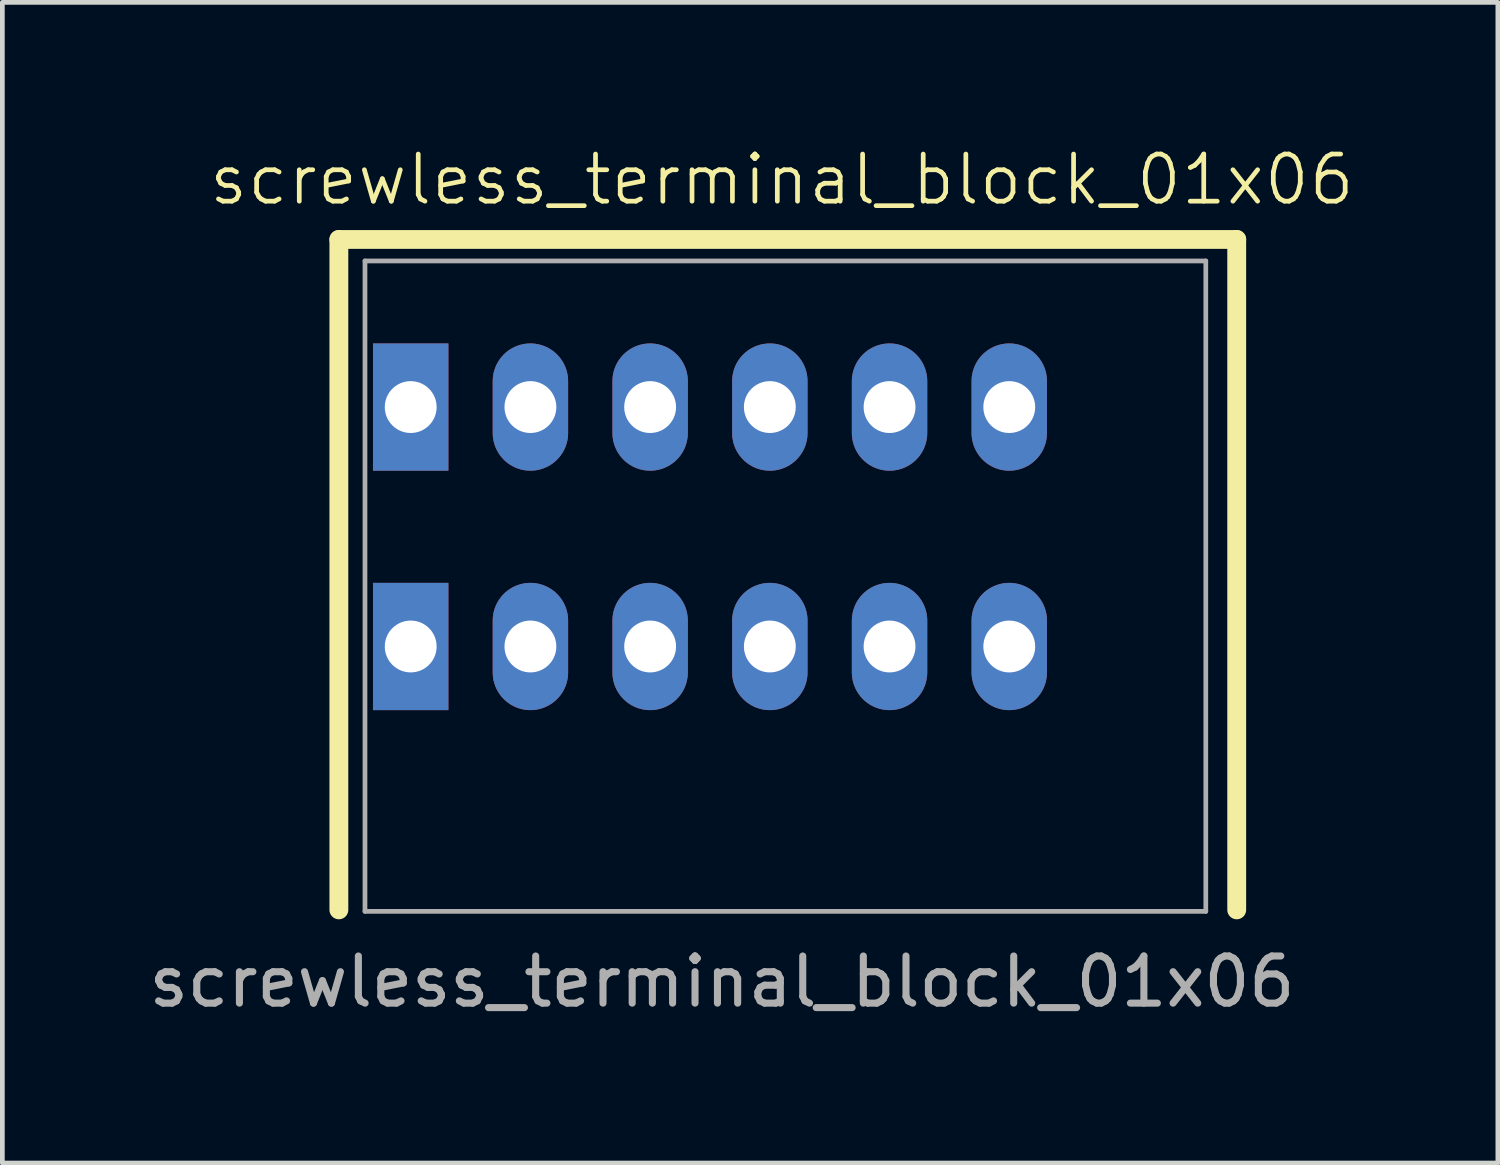
<source format=kicad_pcb>
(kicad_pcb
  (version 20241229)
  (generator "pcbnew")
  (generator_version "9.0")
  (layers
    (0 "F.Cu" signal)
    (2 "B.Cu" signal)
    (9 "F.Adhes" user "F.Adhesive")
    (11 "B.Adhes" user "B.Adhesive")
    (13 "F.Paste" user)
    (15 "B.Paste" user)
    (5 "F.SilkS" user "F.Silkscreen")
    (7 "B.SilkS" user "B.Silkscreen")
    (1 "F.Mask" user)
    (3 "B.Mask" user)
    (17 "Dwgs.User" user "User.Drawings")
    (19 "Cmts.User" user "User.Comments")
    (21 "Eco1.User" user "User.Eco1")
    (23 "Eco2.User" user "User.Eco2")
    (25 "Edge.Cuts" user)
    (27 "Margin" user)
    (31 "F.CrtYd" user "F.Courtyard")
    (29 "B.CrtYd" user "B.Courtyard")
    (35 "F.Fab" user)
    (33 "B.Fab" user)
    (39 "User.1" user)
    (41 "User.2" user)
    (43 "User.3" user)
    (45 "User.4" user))
  (footprint "screwless_terminal_block_01x06"
    (layer "F.Cu")
    (at 12.014 8.127)
    (property "Reference" "screwless_terminal_block_01x06" (at 1.524 -7.366 0) (unlocked yes) (layer "F.SilkS") (effects (font (size 1 1) (thickness 0.1))))
    (attr through_hole)
    (fp_line (start -7.874 -6.096) (end 11.176 -6.096) (stroke (width 0.4) (type default)) (layer "F.SilkS"))
    (fp_line (start -7.874 8.128) (end -7.874 -6.096) (stroke (width 0.4) (type default)) (layer "F.SilkS"))
    (fp_line (start 11.176 -6.096) (end 11.176 8.128) (stroke (width 0.4) (type default)) (layer "F.SilkS"))
    (fp_line (start -7.32 -5.64) (end -7.32 8.16) (stroke (width 0.1) (type default)) (layer "F.Fab"))
    (fp_line (start -7.32 -5.64) (end 10.52 -5.64) (stroke (width 0.1) (type default)) (layer "F.Fab"))
    (fp_line (start -7.32 8.16) (end 10.52 8.16) (stroke (width 0.1) (type default)) (layer "F.Fab"))
    (fp_line (start 10.52 -5.64) (end 10.52 8.16) (stroke (width 0.1) (type default)) (layer "F.Fab"))
    (fp_text user "${REFERENCE}" (at 0.254 9.652 0) (unlocked yes) (layer "F.Fab") (effects (font (size 1 1) (thickness 0.15))))
    (pad "1" thru_hole rect (at -6.35 -2.54) (size 1.6 2.7) (drill 1.1) (layers "*.Cu" "*.Mask"))
    (pad "1" thru_hole rect (at -6.35 2.54) (size 1.6 2.7) (drill 1.1) (layers "*.Cu" "*.Mask"))
    (pad "2" thru_hole oval (at -3.81 -2.54) (size 1.6 2.7) (drill 1.1) (layers "*.Cu" "*.Mask"))
    (pad "2" thru_hole oval (at -3.81 2.54) (size 1.6 2.7) (drill 1.1) (layers "*.Cu" "*.Mask"))
    (pad "3" thru_hole oval (at -1.27 -2.54) (size 1.6 2.7) (drill 1.1) (layers "*.Cu" "*.Mask"))
    (pad "3" thru_hole oval (at -1.27 2.54) (size 1.6 2.7) (drill 1.1) (layers "*.Cu" "*.Mask"))
    (pad "4" thru_hole oval (at 1.27 -2.54) (size 1.6 2.7) (drill 1.1) (layers "*.Cu" "*.Mask"))
    (pad "4" thru_hole oval (at 1.27 2.54) (size 1.6 2.7) (drill 1.1) (layers "*.Cu" "*.Mask"))
    (pad "5" thru_hole oval (at 3.81 -2.54) (size 1.6 2.7) (drill 1.1) (layers "*.Cu" "*.Mask"))
    (pad "5" thru_hole oval (at 3.81 2.54) (size 1.6 2.7) (drill 1.1) (layers "*.Cu" "*.Mask"))
    (pad "6" thru_hole oval (at 6.35 -2.54) (size 1.6 2.7) (drill 1.1) (layers "*.Cu" "*.Mask"))
    (pad "6" thru_hole oval (at 6.35 2.54) (size 1.6 2.7) (drill 1.1) (layers "*.Cu" "*.Mask")))
  (gr_rect
    (start -3 -3)
    (end 28.731 21.627)
    (stroke (width 0.1) (type default))
    (fill no)
    (layer "Edge.Cuts")))
</source>
